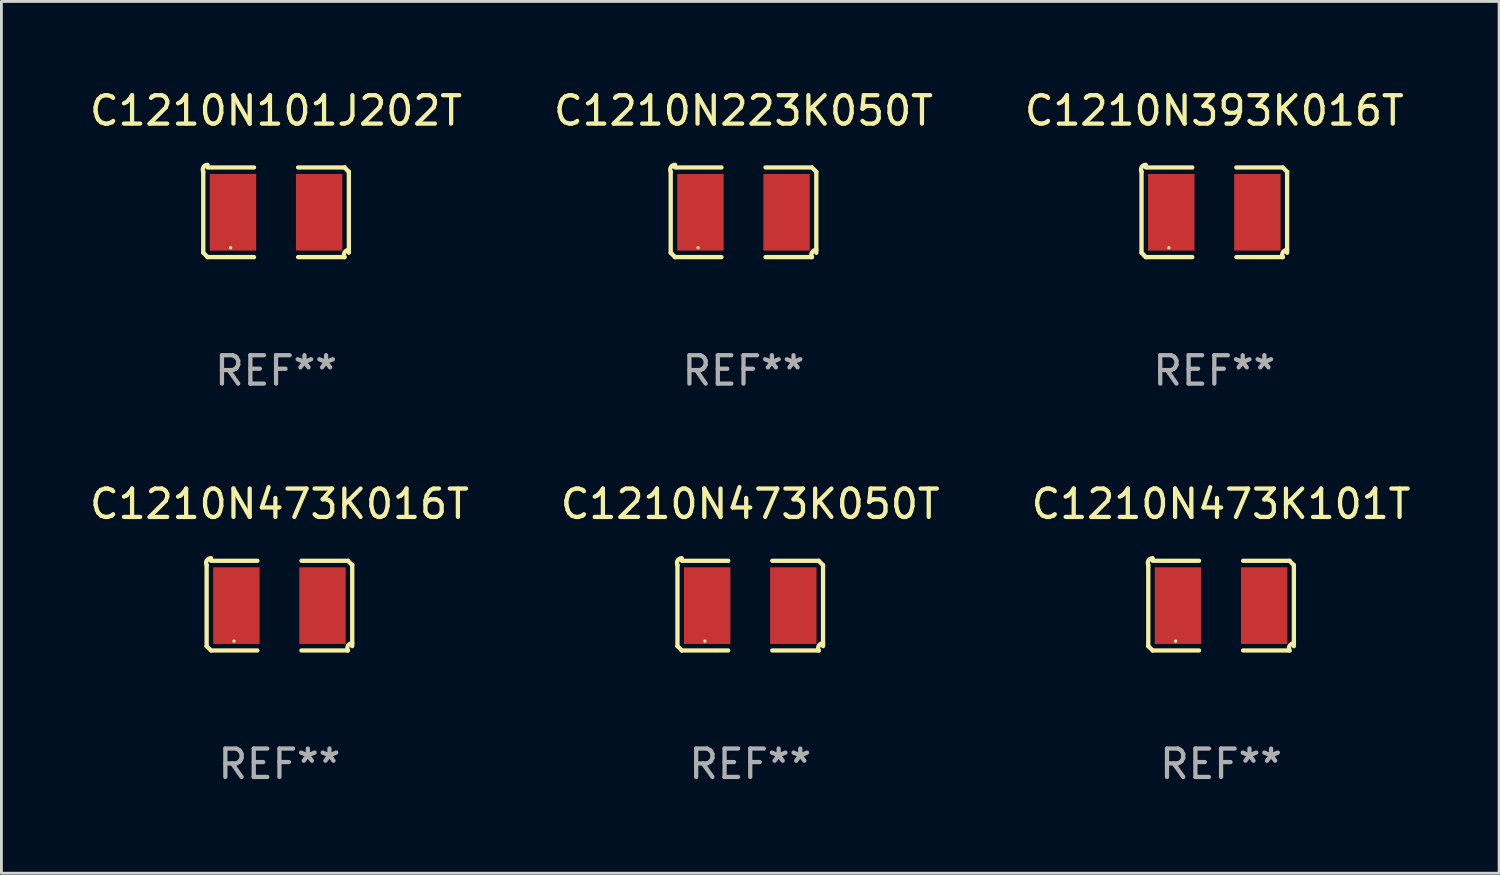
<source format=kicad_pcb>
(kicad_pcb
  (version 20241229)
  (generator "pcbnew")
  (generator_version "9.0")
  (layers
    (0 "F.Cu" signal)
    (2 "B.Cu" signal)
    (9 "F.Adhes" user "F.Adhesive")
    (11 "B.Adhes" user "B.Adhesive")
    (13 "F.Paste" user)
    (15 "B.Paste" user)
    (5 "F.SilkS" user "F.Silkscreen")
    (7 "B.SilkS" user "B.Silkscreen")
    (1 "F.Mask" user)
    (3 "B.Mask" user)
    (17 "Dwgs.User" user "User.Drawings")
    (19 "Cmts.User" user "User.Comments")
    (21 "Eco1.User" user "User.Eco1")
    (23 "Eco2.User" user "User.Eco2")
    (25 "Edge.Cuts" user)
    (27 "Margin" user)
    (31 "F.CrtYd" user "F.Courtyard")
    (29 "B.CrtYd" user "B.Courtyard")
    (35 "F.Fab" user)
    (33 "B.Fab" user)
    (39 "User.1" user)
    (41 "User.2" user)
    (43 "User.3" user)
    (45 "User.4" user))
  (footprint "C1210N101J202T"
    (layer "F.Cu")
    (at 6.673 4.427)
    (property "Reference" "C1210N101J202T" (at 0 -3.579 0) (layer "F.SilkS") (effects (font (size 1 1) (thickness 0.15))))
    (attr through_hole)
    (fp_line (start -2.564 1.426) (end -2.564 -1.426) (stroke (width 0.152) (type solid)) (layer "F.SilkS"))
    (fp_line (start -2.411 -1.579) (end -0.776 -1.579) (stroke (width 0.152) (type solid)) (layer "F.SilkS"))
    (fp_line (start -0.776 1.579) (end -2.411 1.579) (stroke (width 0.152) (type solid)) (layer "F.SilkS"))
    (fp_line (start 0.776 1.579) (end 2.411 1.579) (stroke (width 0.152) (type solid)) (layer "F.SilkS"))
    (fp_line (start 2.411 -1.579) (end 0.776 -1.579) (stroke (width 0.152) (type solid)) (layer "F.SilkS"))
    (fp_line (start 2.564 1.426) (end 2.564 -1.426) (stroke (width 0.152) (type solid)) (layer "F.SilkS"))
    (fp_arc (start -2.563602 -1.426213) (mid -2.555597 -1.591233) (end -2.411201 -1.671518) (stroke (width 0.1524) (type solid)) (layer "F.SilkS"))
    (fp_arc (start -2.5636 1.426214) (mid -2.487389 1.502402) (end -2.411201 1.578613) (stroke (width 0.1524) (type solid)) (layer "F.SilkS"))
    (fp_arc (start 2.411197 -1.578618) (mid 2.487403 -1.502419) (end 2.563602 -1.426213) (stroke (width 0.1524) (type solid)) (layer "F.SilkS"))
    (fp_arc (start 2.411201 1.578613) (mid 2.416214 1.409455) (end 2.563602 1.32629) (stroke (width 0.1524) (type solid)) (layer "F.SilkS"))
    (fp_circle (center -1.6 1.25) (end -1.57 1.25) (stroke (width 0.06) (type solid)) (fill no) (layer "F.SilkS"))
    (fp_text user "REF**" (at 0 5.579 0) (layer "F.Fab") (effects (font (size 1 1) (thickness 0.15))))
    (pad "1" smd rect (at -1.517 0) (size 1.635 2.7) (layers "F.Cu" "F.Mask" "F.Paste"))
    (pad "2" smd rect (at 1.517 0) (size 1.635 2.7) (layers "F.Cu" "F.Mask" "F.Paste")))
  (footprint "C1210N473K016T"
    (layer "F.Cu")
    (at 6.792 18.281)
    (property "Reference" "C1210N473K016T" (at 0 -3.579 0) (layer "F.SilkS") (effects (font (size 1 1) (thickness 0.15))))
    (attr through_hole)
    (fp_line (start -2.564 1.426) (end -2.564 -1.426) (stroke (width 0.152) (type solid)) (layer "F.SilkS"))
    (fp_line (start -2.411 -1.579) (end -0.776 -1.579) (stroke (width 0.152) (type solid)) (layer "F.SilkS"))
    (fp_line (start -0.776 1.579) (end -2.411 1.579) (stroke (width 0.152) (type solid)) (layer "F.SilkS"))
    (fp_line (start 0.776 1.579) (end 2.411 1.579) (stroke (width 0.152) (type solid)) (layer "F.SilkS"))
    (fp_line (start 2.411 -1.579) (end 0.776 -1.579) (stroke (width 0.152) (type solid)) (layer "F.SilkS"))
    (fp_line (start 2.564 1.426) (end 2.564 -1.426) (stroke (width 0.152) (type solid)) (layer "F.SilkS"))
    (fp_arc (start -2.563602 -1.426213) (mid -2.555597 -1.591233) (end -2.411201 -1.671518) (stroke (width 0.1524) (type solid)) (layer "F.SilkS"))
    (fp_arc (start -2.5636 1.426214) (mid -2.487389 1.502402) (end -2.411201 1.578613) (stroke (width 0.1524) (type solid)) (layer "F.SilkS"))
    (fp_arc (start 2.411197 -1.578618) (mid 2.487403 -1.502419) (end 2.563602 -1.426213) (stroke (width 0.1524) (type solid)) (layer "F.SilkS"))
    (fp_arc (start 2.411201 1.578613) (mid 2.416214 1.409455) (end 2.563602 1.32629) (stroke (width 0.1524) (type solid)) (layer "F.SilkS"))
    (fp_circle (center -1.6 1.25) (end -1.57 1.25) (stroke (width 0.06) (type solid)) (fill no) (layer "F.SilkS"))
    (fp_text user "REF**" (at 0 5.579 0) (layer "F.Fab") (effects (font (size 1 1) (thickness 0.15))))
    (pad "1" smd rect (at -1.517 0) (size 1.635 2.7) (layers "F.Cu" "F.Mask" "F.Paste"))
    (pad "2" smd rect (at 1.517 0) (size 1.635 2.7) (layers "F.Cu" "F.Mask" "F.Paste")))
  (footprint "C1210N223K050T"
    (layer "F.Cu")
    (at 23.137 4.427)
    (property "Reference" "C1210N223K050T" (at 0 -3.579 0) (layer "F.SilkS") (effects (font (size 1 1) (thickness 0.15))))
    (attr through_hole)
    (fp_line (start -2.564 1.426) (end -2.564 -1.426) (stroke (width 0.152) (type solid)) (layer "F.SilkS"))
    (fp_line (start -2.411 -1.579) (end -0.776 -1.579) (stroke (width 0.152) (type solid)) (layer "F.SilkS"))
    (fp_line (start -0.776 1.579) (end -2.411 1.579) (stroke (width 0.152) (type solid)) (layer "F.SilkS"))
    (fp_line (start 0.776 1.579) (end 2.411 1.579) (stroke (width 0.152) (type solid)) (layer "F.SilkS"))
    (fp_line (start 2.411 -1.579) (end 0.776 -1.579) (stroke (width 0.152) (type solid)) (layer "F.SilkS"))
    (fp_line (start 2.564 1.426) (end 2.564 -1.426) (stroke (width 0.152) (type solid)) (layer "F.SilkS"))
    (fp_arc (start -2.563602 -1.426213) (mid -2.555597 -1.591233) (end -2.411201 -1.671518) (stroke (width 0.1524) (type solid)) (layer "F.SilkS"))
    (fp_arc (start -2.5636 1.426214) (mid -2.487389 1.502402) (end -2.411201 1.578613) (stroke (width 0.1524) (type solid)) (layer "F.SilkS"))
    (fp_arc (start 2.411197 -1.578618) (mid 2.487403 -1.502419) (end 2.563602 -1.426213) (stroke (width 0.1524) (type solid)) (layer "F.SilkS"))
    (fp_arc (start 2.411201 1.578613) (mid 2.416214 1.409455) (end 2.563602 1.32629) (stroke (width 0.1524) (type solid)) (layer "F.SilkS"))
    (fp_circle (center -1.6 1.25) (end -1.57 1.25) (stroke (width 0.06) (type solid)) (fill no) (layer "F.SilkS"))
    (fp_text user "REF**" (at 0 5.579 0) (layer "F.Fab") (effects (font (size 1 1) (thickness 0.15))))
    (pad "1" smd rect (at -1.517 0) (size 1.635 2.7) (layers "F.Cu" "F.Mask" "F.Paste"))
    (pad "2" smd rect (at 1.517 0) (size 1.635 2.7) (layers "F.Cu" "F.Mask" "F.Paste")))
  (footprint "C1210N473K101T"
    (layer "F.Cu")
    (at 39.958 18.281)
    (property "Reference" "C1210N473K101T" (at 0 -3.579 0) (layer "F.SilkS") (effects (font (size 1 1) (thickness 0.15))))
    (attr through_hole)
    (fp_line (start -2.564 1.426) (end -2.564 -1.426) (stroke (width 0.152) (type solid)) (layer "F.SilkS"))
    (fp_line (start -2.411 -1.579) (end -0.776 -1.579) (stroke (width 0.152) (type solid)) (layer "F.SilkS"))
    (fp_line (start -0.776 1.579) (end -2.411 1.579) (stroke (width 0.152) (type solid)) (layer "F.SilkS"))
    (fp_line (start 0.776 1.579) (end 2.411 1.579) (stroke (width 0.152) (type solid)) (layer "F.SilkS"))
    (fp_line (start 2.411 -1.579) (end 0.776 -1.579) (stroke (width 0.152) (type solid)) (layer "F.SilkS"))
    (fp_line (start 2.564 1.426) (end 2.564 -1.426) (stroke (width 0.152) (type solid)) (layer "F.SilkS"))
    (fp_arc (start -2.563602 -1.426213) (mid -2.555597 -1.591233) (end -2.411201 -1.671518) (stroke (width 0.1524) (type solid)) (layer "F.SilkS"))
    (fp_arc (start -2.5636 1.426214) (mid -2.487389 1.502402) (end -2.411201 1.578613) (stroke (width 0.1524) (type solid)) (layer "F.SilkS"))
    (fp_arc (start 2.411197 -1.578618) (mid 2.487403 -1.502419) (end 2.563602 -1.426213) (stroke (width 0.1524) (type solid)) (layer "F.SilkS"))
    (fp_arc (start 2.411201 1.578613) (mid 2.416214 1.409455) (end 2.563602 1.32629) (stroke (width 0.1524) (type solid)) (layer "F.SilkS"))
    (fp_circle (center -1.6 1.25) (end -1.57 1.25) (stroke (width 0.06) (type solid)) (fill no) (layer "F.SilkS"))
    (fp_text user "REF**" (at 0 5.579 0) (layer "F.Fab") (effects (font (size 1 1) (thickness 0.15))))
    (pad "1" smd rect (at -1.517 0) (size 1.635 2.7) (layers "F.Cu" "F.Mask" "F.Paste"))
    (pad "2" smd rect (at 1.517 0) (size 1.635 2.7) (layers "F.Cu" "F.Mask" "F.Paste")))
  (footprint "C1210N473K050T"
    (layer "F.Cu")
    (at 23.375 18.281)
    (property "Reference" "C1210N473K050T" (at 0 -3.579 0) (layer "F.SilkS") (effects (font (size 1 1) (thickness 0.15))))
    (attr through_hole)
    (fp_line (start -2.564 1.426) (end -2.564 -1.426) (stroke (width 0.152) (type solid)) (layer "F.SilkS"))
    (fp_line (start -2.411 -1.579) (end -0.776 -1.579) (stroke (width 0.152) (type solid)) (layer "F.SilkS"))
    (fp_line (start -0.776 1.579) (end -2.411 1.579) (stroke (width 0.152) (type solid)) (layer "F.SilkS"))
    (fp_line (start 0.776 1.579) (end 2.411 1.579) (stroke (width 0.152) (type solid)) (layer "F.SilkS"))
    (fp_line (start 2.411 -1.579) (end 0.776 -1.579) (stroke (width 0.152) (type solid)) (layer "F.SilkS"))
    (fp_line (start 2.564 1.426) (end 2.564 -1.426) (stroke (width 0.152) (type solid)) (layer "F.SilkS"))
    (fp_arc (start -2.563602 -1.426213) (mid -2.555597 -1.591233) (end -2.411201 -1.671518) (stroke (width 0.1524) (type solid)) (layer "F.SilkS"))
    (fp_arc (start -2.5636 1.426214) (mid -2.487389 1.502402) (end -2.411201 1.578613) (stroke (width 0.1524) (type solid)) (layer "F.SilkS"))
    (fp_arc (start 2.411197 -1.578618) (mid 2.487403 -1.502419) (end 2.563602 -1.426213) (stroke (width 0.1524) (type solid)) (layer "F.SilkS"))
    (fp_arc (start 2.411201 1.578613) (mid 2.416214 1.409455) (end 2.563602 1.32629) (stroke (width 0.1524) (type solid)) (layer "F.SilkS"))
    (fp_circle (center -1.6 1.25) (end -1.57 1.25) (stroke (width 0.06) (type solid)) (fill no) (layer "F.SilkS"))
    (fp_text user "REF**" (at 0 5.579 0) (layer "F.Fab") (effects (font (size 1 1) (thickness 0.15))))
    (pad "1" smd rect (at -1.517 0) (size 1.635 2.7) (layers "F.Cu" "F.Mask" "F.Paste"))
    (pad "2" smd rect (at 1.517 0) (size 1.635 2.7) (layers "F.Cu" "F.Mask" "F.Paste")))
  (footprint "C1210N393K016T"
    (layer "F.Cu")
    (at 39.72 4.427)
    (property "Reference" "C1210N393K016T" (at 0 -3.579 0) (layer "F.SilkS") (effects (font (size 1 1) (thickness 0.15))))
    (attr through_hole)
    (fp_line (start -2.564 1.426) (end -2.564 -1.426) (stroke (width 0.152) (type solid)) (layer "F.SilkS"))
    (fp_line (start -2.411 -1.579) (end -0.776 -1.579) (stroke (width 0.152) (type solid)) (layer "F.SilkS"))
    (fp_line (start -0.776 1.579) (end -2.411 1.579) (stroke (width 0.152) (type solid)) (layer "F.SilkS"))
    (fp_line (start 0.776 1.579) (end 2.411 1.579) (stroke (width 0.152) (type solid)) (layer "F.SilkS"))
    (fp_line (start 2.411 -1.579) (end 0.776 -1.579) (stroke (width 0.152) (type solid)) (layer "F.SilkS"))
    (fp_line (start 2.564 1.426) (end 2.564 -1.426) (stroke (width 0.152) (type solid)) (layer "F.SilkS"))
    (fp_arc (start -2.563602 -1.426213) (mid -2.555597 -1.591233) (end -2.411201 -1.671518) (stroke (width 0.1524) (type solid)) (layer "F.SilkS"))
    (fp_arc (start -2.5636 1.426214) (mid -2.487389 1.502402) (end -2.411201 1.578613) (stroke (width 0.1524) (type solid)) (layer "F.SilkS"))
    (fp_arc (start 2.411197 -1.578618) (mid 2.487403 -1.502419) (end 2.563602 -1.426213) (stroke (width 0.1524) (type solid)) (layer "F.SilkS"))
    (fp_arc (start 2.411201 1.578613) (mid 2.416214 1.409455) (end 2.563602 1.32629) (stroke (width 0.1524) (type solid)) (layer "F.SilkS"))
    (fp_circle (center -1.6 1.25) (end -1.57 1.25) (stroke (width 0.06) (type solid)) (fill no) (layer "F.SilkS"))
    (fp_text user "REF**" (at 0 5.579 0) (layer "F.Fab") (effects (font (size 1 1) (thickness 0.15))))
    (pad "1" smd rect (at -1.517 0) (size 1.635 2.7) (layers "F.Cu" "F.Mask" "F.Paste"))
    (pad "2" smd rect (at 1.517 0) (size 1.635 2.7) (layers "F.Cu" "F.Mask" "F.Paste")))
  (gr_rect
    (start -3 -3)
    (end 49.75 27.707)
    (stroke (width 0.1) (type default))
    (fill no)
    (layer "Edge.Cuts")))
</source>
